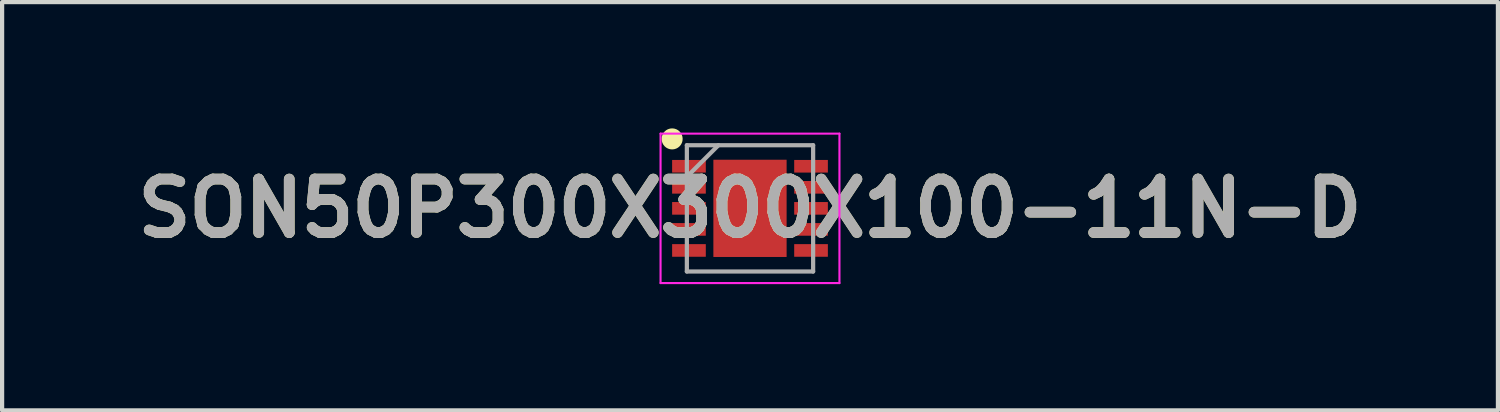
<source format=kicad_pcb>
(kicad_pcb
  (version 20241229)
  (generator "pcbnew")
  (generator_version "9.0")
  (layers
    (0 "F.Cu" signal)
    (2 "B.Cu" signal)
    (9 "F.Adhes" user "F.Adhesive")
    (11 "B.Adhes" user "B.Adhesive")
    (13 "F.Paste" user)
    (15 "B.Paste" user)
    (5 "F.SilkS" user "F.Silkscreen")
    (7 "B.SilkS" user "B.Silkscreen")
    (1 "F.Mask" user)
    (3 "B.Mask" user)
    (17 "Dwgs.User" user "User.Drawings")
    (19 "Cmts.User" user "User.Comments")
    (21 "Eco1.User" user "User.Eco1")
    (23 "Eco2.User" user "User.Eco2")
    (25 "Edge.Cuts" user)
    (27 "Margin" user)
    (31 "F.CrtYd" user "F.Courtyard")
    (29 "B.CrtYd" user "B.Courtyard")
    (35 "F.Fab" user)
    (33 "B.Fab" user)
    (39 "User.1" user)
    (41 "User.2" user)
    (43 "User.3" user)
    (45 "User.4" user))
  (footprint "SON50P300X300X100-11N-D"
    (layer "F.Cu")
    (at 14.768 1.9)
    (property "Reference" "SON50P300X300X100-11N-D" (at 0 0 0) (layer "F.SilkS") (effects (font (size 1.27 1.27) (thickness 0.254))))
    (attr smd)
    (fp_circle (center -1.85 -1.65) (end -1.85 -1.525) (stroke (width 0.25) (type solid)) (fill no) (layer "F.SilkS"))
    (fp_line (start -2.125 -1.775) (end 2.125 -1.775) (stroke (width 0.05) (type solid)) (layer "F.CrtYd"))
    (fp_line (start -2.125 1.775) (end -2.125 -1.775) (stroke (width 0.05) (type solid)) (layer "F.CrtYd"))
    (fp_line (start 2.125 -1.775) (end 2.125 1.775) (stroke (width 0.05) (type solid)) (layer "F.CrtYd"))
    (fp_line (start 2.125 1.775) (end -2.125 1.775) (stroke (width 0.05) (type solid)) (layer "F.CrtYd"))
    (fp_line (start -1.5 -1.5) (end 1.5 -1.5) (stroke (width 0.1) (type solid)) (layer "F.Fab"))
    (fp_line (start -1.5 -0.75) (end -0.75 -1.5) (stroke (width 0.1) (type solid)) (layer "F.Fab"))
    (fp_line (start -1.5 1.5) (end -1.5 -1.5) (stroke (width 0.1) (type solid)) (layer "F.Fab"))
    (fp_line (start 1.5 -1.5) (end 1.5 1.5) (stroke (width 0.1) (type solid)) (layer "F.Fab"))
    (fp_line (start 1.5 1.5) (end -1.5 1.5) (stroke (width 0.1) (type solid)) (layer "F.Fab"))
    (fp_text user "${REFERENCE}" (at 0 0 0) (layer "F.Fab") (effects (font (size 1.27 1.27) (thickness 0.254))))
    (pad "1" smd rect (at -1.45 -1 90) (size 0.3 0.8) (layers "F.Cu" "F.Mask" "F.Paste"))
    (pad "2" smd rect (at -1.45 -0.5 90) (size 0.3 0.8) (layers "F.Cu" "F.Mask" "F.Paste"))
    (pad "3" smd rect (at -1.45 0 90) (size 0.3 0.8) (layers "F.Cu" "F.Mask" "F.Paste"))
    (pad "4" smd rect (at -1.45 0.5 90) (size 0.3 0.8) (layers "F.Cu" "F.Mask" "F.Paste"))
    (pad "5" smd rect (at -1.45 1 90) (size 0.3 0.8) (layers "F.Cu" "F.Mask" "F.Paste"))
    (pad "6" smd rect (at 1.45 1 90) (size 0.3 0.8) (layers "F.Cu" "F.Mask" "F.Paste"))
    (pad "7" smd rect (at 1.45 0.5 90) (size 0.3 0.8) (layers "F.Cu" "F.Mask" "F.Paste"))
    (pad "8" smd rect (at 1.45 0 90) (size 0.3 0.8) (layers "F.Cu" "F.Mask" "F.Paste"))
    (pad "9" smd rect (at 1.45 -0.5 90) (size 0.3 0.8) (layers "F.Cu" "F.Mask" "F.Paste"))
    (pad "10" smd rect (at 1.45 -1 90) (size 0.3 0.8) (layers "F.Cu" "F.Mask" "F.Paste"))
    (pad "11" smd rect (at 0 0) (size 1.74 2.31) (layers "F.Cu" "F.Mask" "F.Paste")))
  (gr_rect
    (start -3 -3)
    (end 32.537 6.7)
    (stroke (width 0.1) (type default))
    (fill no)
    (layer "Edge.Cuts")))
</source>
